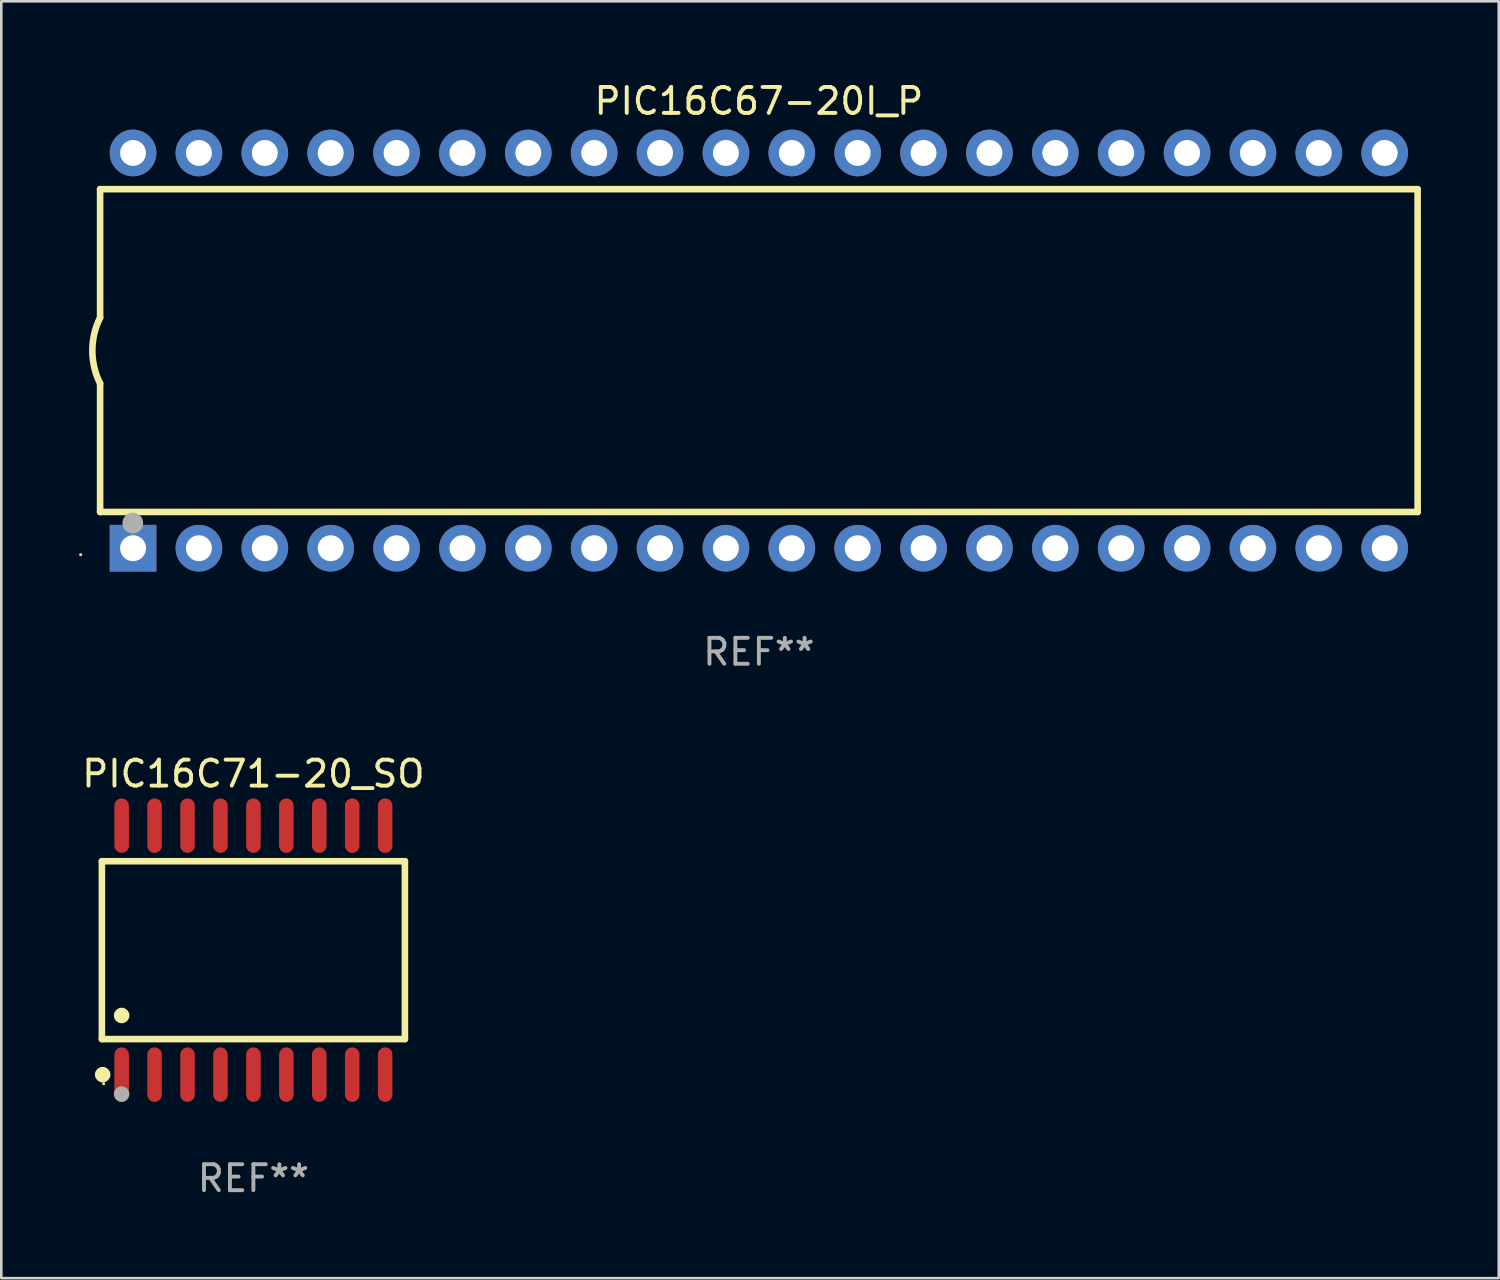
<source format=kicad_pcb>
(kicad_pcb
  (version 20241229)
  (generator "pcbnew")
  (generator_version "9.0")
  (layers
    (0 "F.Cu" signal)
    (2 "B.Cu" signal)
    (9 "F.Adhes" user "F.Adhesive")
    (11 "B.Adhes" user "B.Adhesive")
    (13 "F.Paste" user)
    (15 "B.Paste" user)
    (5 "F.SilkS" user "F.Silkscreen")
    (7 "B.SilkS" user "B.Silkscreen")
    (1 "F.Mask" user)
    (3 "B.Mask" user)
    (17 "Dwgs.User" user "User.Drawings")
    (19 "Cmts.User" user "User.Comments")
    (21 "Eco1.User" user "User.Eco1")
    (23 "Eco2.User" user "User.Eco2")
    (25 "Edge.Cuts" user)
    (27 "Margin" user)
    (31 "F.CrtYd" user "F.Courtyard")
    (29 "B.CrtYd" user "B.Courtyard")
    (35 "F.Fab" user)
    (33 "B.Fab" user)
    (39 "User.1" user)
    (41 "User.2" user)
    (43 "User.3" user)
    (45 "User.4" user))
  (footprint "PIC16C71-20_SO"
    (layer "F.Cu")
    (at 6.72 33.585)
    (property "Reference" "PIC16C71-20_SO" (at 0 -6.8 0) (layer "F.SilkS") (effects (font (size 1 1) (thickness 0.15))))
    (attr through_hole)
    (fp_line (start -5.842 -3.429) (end -5.842 3.429) (stroke (width 0.254) (type solid)) (layer "F.SilkS"))
    (fp_line (start -5.842 3.429) (end 5.842 3.429) (stroke (width 0.254) (type solid)) (layer "F.SilkS"))
    (fp_line (start 5.842 -3.429) (end -5.842 -3.429) (stroke (width 0.254) (type solid)) (layer "F.SilkS"))
    (fp_line (start 5.842 3.429) (end 5.842 -3.429) (stroke (width 0.254) (type solid)) (layer "F.SilkS"))
    (fp_circle (center -5.812 4.8) (end -5.662 4.8) (stroke (width 0.3) (type solid)) (fill no) (layer "F.SilkS"))
    (fp_circle (center -5.775 5.15) (end -5.745 5.15) (stroke (width 0.06) (type solid)) (fill no) (layer "F.SilkS"))
    (fp_circle (center -5.08 2.519) (end -4.93 2.519) (stroke (width 0.3) (type solid)) (fill no) (layer "F.SilkS"))
    (fp_circle (center -5.08 5.55) (end -4.93 5.55) (stroke (width 0.3) (type solid)) (fill no) (layer "F.Fab"))
    (fp_text user "REF**" (at 0 8.8 0) (layer "F.Fab") (effects (font (size 1 1) (thickness 0.15))))
    (pad "1" smd oval (at -5.08 4.8) (size 0.56 2.1) (layers "F.Cu" "F.Mask" "F.Paste"))
    (pad "2" smd oval (at -3.81 4.8) (size 0.56 2.1) (layers "F.Cu" "F.Mask" "F.Paste"))
    (pad "3" smd oval (at -2.54 4.8) (size 0.56 2.1) (layers "F.Cu" "F.Mask" "F.Paste"))
    (pad "4" smd oval (at -1.27 4.8) (size 0.56 2.1) (layers "F.Cu" "F.Mask" "F.Paste"))
    (pad "5" smd oval (at 0 4.8) (size 0.56 2.1) (layers "F.Cu" "F.Mask" "F.Paste"))
    (pad "6" smd oval (at 1.27 4.8) (size 0.56 2.1) (layers "F.Cu" "F.Mask" "F.Paste"))
    (pad "7" smd oval (at 2.54 4.8) (size 0.56 2.1) (layers "F.Cu" "F.Mask" "F.Paste"))
    (pad "8" smd oval (at 3.81 4.8) (size 0.56 2.1) (layers "F.Cu" "F.Mask" "F.Paste"))
    (pad "9" smd oval (at 5.08 4.8) (size 0.56 2.1) (layers "F.Cu" "F.Mask" "F.Paste"))
    (pad "10" smd oval (at 5.08 -4.8) (size 0.56 2.1) (layers "F.Cu" "F.Mask" "F.Paste"))
    (pad "11" smd oval (at 3.81 -4.8) (size 0.56 2.1) (layers "F.Cu" "F.Mask" "F.Paste"))
    (pad "12" smd oval (at 2.54 -4.8) (size 0.56 2.1) (layers "F.Cu" "F.Mask" "F.Paste"))
    (pad "13" smd oval (at 1.27 -4.8) (size 0.56 2.1) (layers "F.Cu" "F.Mask" "F.Paste"))
    (pad "14" smd oval (at 0 -4.8) (size 0.56 2.1) (layers "F.Cu" "F.Mask" "F.Paste"))
    (pad "15" smd oval (at -1.27 -4.8) (size 0.56 2.1) (layers "F.Cu" "F.Mask" "F.Paste"))
    (pad "16" smd oval (at -2.54 -4.8) (size 0.56 2.1) (layers "F.Cu" "F.Mask" "F.Paste"))
    (pad "17" smd oval (at -3.81 -4.8) (size 0.56 2.1) (layers "F.Cu" "F.Mask" "F.Paste"))
    (pad "18" smd oval (at -5.08 -4.8) (size 0.56 2.1) (layers "F.Cu" "F.Mask" "F.Paste")))
  (footprint "PIC16C67-20I_P"
    (layer "F.Cu")
    (at 26.21 10.468)
    (property "Reference" "PIC16C67-20I_P" (at 0 -9.62 0) (layer "F.SilkS") (effects (font (size 1 1) (thickness 0.15))))
    (attr through_hole)
    (fp_line (start -25.4 -6.224) (end -25.4 -1.271) (stroke (width 0.254) (type solid)) (layer "F.SilkS"))
    (fp_line (start -25.4 -6.224) (end 25.4 -6.224) (stroke (width 0.254) (type solid)) (layer "F.SilkS"))
    (fp_line (start -25.4 1.269) (end -25.4 6.222) (stroke (width 0.254) (type solid)) (layer "F.SilkS"))
    (fp_line (start -25.4 6.222) (end 25.4 6.222) (stroke (width 0.254) (type solid)) (layer "F.SilkS"))
    (fp_line (start 25.4 6.222) (end 25.4 -6.224) (stroke (width 0.254) (type solid)) (layer "F.SilkS"))
    (fp_arc (start -25.4 1.269241) (mid -25.699807 -0.000762) (end -25.4 -1.270765) (stroke (width 0.254001) (type solid)) (layer "F.SilkS"))
    (fp_circle (center -26.15 7.87) (end -26.12 7.87) (stroke (width 0.06) (type solid)) (fill no) (layer "F.SilkS"))
    (fp_circle (center -24.14 6.65) (end -23.94 6.65) (stroke (width 0.4) (type solid)) (fill no) (layer "F.Fab"))
    (fp_text user "REF**" (at 0 11.62 0) (layer "F.Fab") (effects (font (size 1 1) (thickness 0.15))))
    (pad "1" thru_hole rect (at -24.13 7.62 90) (size 1.8 1.8) (drill 1) (layers "*.Cu" "*.Mask"))
    (pad "2" thru_hole circle (at -21.59 7.62) (size 1.8 1.8) (drill 1) (layers "*.Cu" "*.Mask"))
    (pad "3" thru_hole circle (at -19.05 7.62) (size 1.8 1.8) (drill 1) (layers "*.Cu" "*.Mask"))
    (pad "4" thru_hole circle (at -16.51 7.62) (size 1.8 1.8) (drill 1) (layers "*.Cu" "*.Mask"))
    (pad "5" thru_hole circle (at -13.97 7.62) (size 1.8 1.8) (drill 1) (layers "*.Cu" "*.Mask"))
    (pad "6" thru_hole circle (at -11.43 7.62) (size 1.8 1.8) (drill 1) (layers "*.Cu" "*.Mask"))
    (pad "7" thru_hole circle (at -8.89 7.62) (size 1.8 1.8) (drill 1) (layers "*.Cu" "*.Mask"))
    (pad "8" thru_hole circle (at -6.35 7.62) (size 1.8 1.8) (drill 1) (layers "*.Cu" "*.Mask"))
    (pad "9" thru_hole circle (at -3.81 7.62) (size 1.8 1.8) (drill 1) (layers "*.Cu" "*.Mask"))
    (pad "10" thru_hole circle (at -1.27 7.62) (size 1.8 1.8) (drill 1) (layers "*.Cu" "*.Mask"))
    (pad "11" thru_hole circle (at 1.27 7.62) (size 1.8 1.8) (drill 1) (layers "*.Cu" "*.Mask"))
    (pad "12" thru_hole circle (at 3.81 7.62) (size 1.8 1.8) (drill 1) (layers "*.Cu" "*.Mask"))
    (pad "13" thru_hole circle (at 6.35 7.62) (size 1.8 1.8) (drill 1) (layers "*.Cu" "*.Mask"))
    (pad "14" thru_hole circle (at 8.89 7.62) (size 1.8 1.8) (drill 1) (layers "*.Cu" "*.Mask"))
    (pad "15" thru_hole circle (at 11.43 7.62) (size 1.8 1.8) (drill 1) (layers "*.Cu" "*.Mask"))
    (pad "16" thru_hole circle (at 13.97 7.62) (size 1.8 1.8) (drill 1) (layers "*.Cu" "*.Mask"))
    (pad "17" thru_hole circle (at 16.51 7.62) (size 1.8 1.8) (drill 1) (layers "*.Cu" "*.Mask"))
    (pad "18" thru_hole circle (at 19.05 7.62) (size 1.8 1.8) (drill 1) (layers "*.Cu" "*.Mask"))
    (pad "19" thru_hole circle (at 21.59 7.62) (size 1.8 1.8) (drill 1) (layers "*.Cu" "*.Mask"))
    (pad "20" thru_hole circle (at 24.13 7.62) (size 1.8 1.8) (drill 1) (layers "*.Cu" "*.Mask"))
    (pad "21" thru_hole circle (at 24.13 -7.62) (size 1.8 1.8) (drill 1) (layers "*.Cu" "*.Mask"))
    (pad "22" thru_hole circle (at 21.59 -7.62) (size 1.8 1.8) (drill 1) (layers "*.Cu" "*.Mask"))
    (pad "23" thru_hole circle (at 19.05 -7.62) (size 1.8 1.8) (drill 1) (layers "*.Cu" "*.Mask"))
    (pad "24" thru_hole circle (at 16.51 -7.62) (size 1.8 1.8) (drill 1) (layers "*.Cu" "*.Mask"))
    (pad "25" thru_hole circle (at 13.97 -7.62) (size 1.8 1.8) (drill 1) (layers "*.Cu" "*.Mask"))
    (pad "26" thru_hole circle (at 11.43 -7.62) (size 1.8 1.8) (drill 1) (layers "*.Cu" "*.Mask"))
    (pad "27" thru_hole circle (at 8.89 -7.62) (size 1.8 1.8) (drill 1) (layers "*.Cu" "*.Mask"))
    (pad "28" thru_hole circle (at 6.35 -7.62) (size 1.8 1.8) (drill 1) (layers "*.Cu" "*.Mask"))
    (pad "29" thru_hole circle (at 3.81 -7.62) (size 1.8 1.8) (drill 1) (layers "*.Cu" "*.Mask"))
    (pad "30" thru_hole circle (at 1.27 -7.62) (size 1.8 1.8) (drill 1) (layers "*.Cu" "*.Mask"))
    (pad "31" thru_hole circle (at -1.27 -7.62) (size 1.8 1.8) (drill 1) (layers "*.Cu" "*.Mask"))
    (pad "32" thru_hole circle (at -3.81 -7.62) (size 1.8 1.8) (drill 1) (layers "*.Cu" "*.Mask"))
    (pad "33" thru_hole circle (at -6.35 -7.62) (size 1.8 1.8) (drill 1) (layers "*.Cu" "*.Mask"))
    (pad "34" thru_hole circle (at -8.89 -7.62) (size 1.8 1.8) (drill 1) (layers "*.Cu" "*.Mask"))
    (pad "35" thru_hole circle (at -11.43 -7.62) (size 1.8 1.8) (drill 1) (layers "*.Cu" "*.Mask"))
    (pad "36" thru_hole circle (at -13.97 -7.62) (size 1.8 1.8) (drill 1) (layers "*.Cu" "*.Mask"))
    (pad "37" thru_hole circle (at -16.51 -7.62) (size 1.8 1.8) (drill 1) (layers "*.Cu" "*.Mask"))
    (pad "38" thru_hole circle (at -19.05 -7.62) (size 1.8 1.8) (drill 1) (layers "*.Cu" "*.Mask"))
    (pad "39" thru_hole circle (at -21.59 -7.62) (size 1.8 1.8) (drill 1) (layers "*.Cu" "*.Mask"))
    (pad "40" thru_hole circle (at -24.13 -7.62) (size 1.8 1.8) (drill 1) (layers "*.Cu" "*.Mask")))
  (gr_rect
    (start -3 -3)
    (end 54.737 46.233)
    (stroke (width 0.1) (type default))
    (fill no)
    (layer "Edge.Cuts")))
</source>
